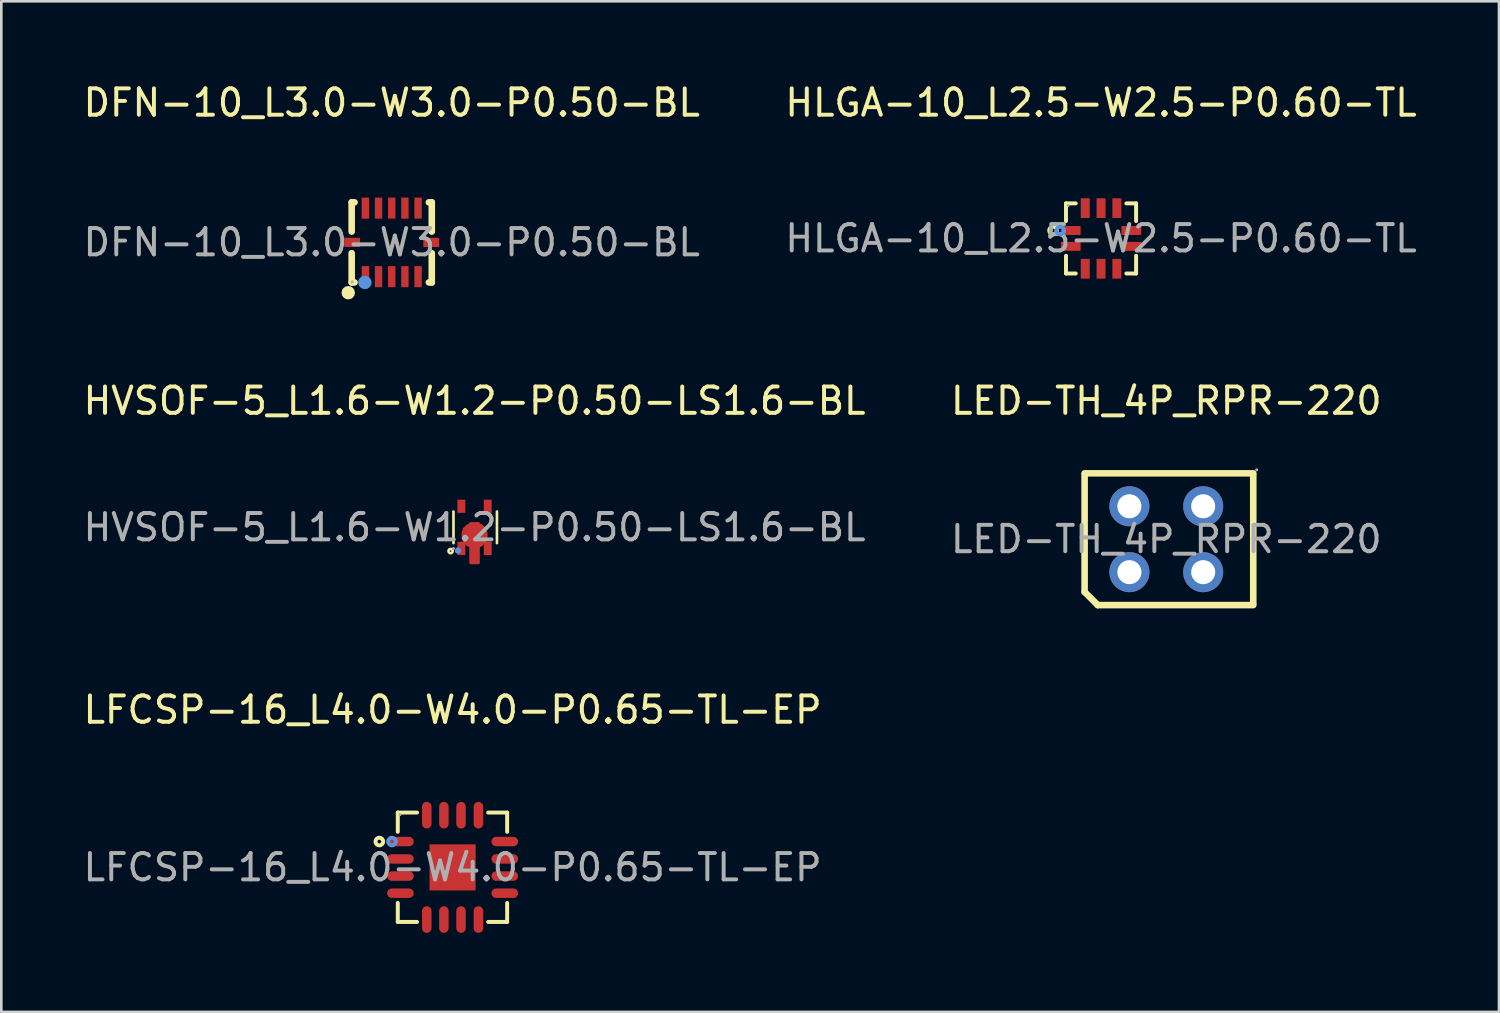
<source format=kicad_pcb>
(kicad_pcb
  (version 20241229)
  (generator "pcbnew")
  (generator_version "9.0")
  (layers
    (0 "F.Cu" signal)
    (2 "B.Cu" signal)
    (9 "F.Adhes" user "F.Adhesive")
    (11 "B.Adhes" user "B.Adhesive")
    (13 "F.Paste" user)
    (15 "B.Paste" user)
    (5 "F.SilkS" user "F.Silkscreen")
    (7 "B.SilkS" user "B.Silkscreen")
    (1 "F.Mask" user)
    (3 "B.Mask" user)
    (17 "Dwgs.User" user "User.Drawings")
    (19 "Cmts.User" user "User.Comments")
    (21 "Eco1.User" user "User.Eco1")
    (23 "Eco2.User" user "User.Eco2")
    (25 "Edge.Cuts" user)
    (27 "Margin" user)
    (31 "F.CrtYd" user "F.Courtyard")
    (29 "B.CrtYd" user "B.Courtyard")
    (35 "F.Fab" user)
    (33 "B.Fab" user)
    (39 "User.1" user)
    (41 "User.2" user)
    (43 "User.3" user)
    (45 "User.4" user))
  (footprint "HVSOF-5_L1.6-W1.2-P0.50-LS1.6-BL"
    (layer "F.Cu")
    (at 14.958 16.962)
    (property "Reference" "HVSOF-5_L1.6-W1.2-P0.50-LS1.6-BL" (at 0 -4.8 0) (layer "F.SilkS") (effects (font (size 1 1) (thickness 0.15))))
    (attr through_hole)
    (fp_line (start -0.8 -0.6) (end -0.8 0.6) (stroke (width 0.1) (type solid)) (layer "F.SilkS"))
    (fp_line (start 0.85 -0.6) (end 0.85 0.6) (stroke (width 0.1) (type solid)) (layer "F.SilkS"))
    (fp_circle (center -0.91 0.9) (end -0.83 0.9) (stroke (width 0.1) (type solid)) (fill no) (layer "F.SilkS"))
    (fp_circle (center -0.63 0.88) (end -0.57 0.88) (stroke (width 0.12) (type solid)) (fill no) (layer "Cmts.User"))
    (fp_circle (center -0.8 0.8) (end -0.77 0.8) (stroke (width 0.06) (type solid)) (fill no) (layer "F.Fab"))
    (fp_text user "${REFERENCE}" (at 0 0 0) (layer "F.Fab") (effects (font (size 1 1) (thickness 0.15))))
    (pad "1" smd rect (at -0.5 0.8) (size 0.3 0.5) (layers "F.Cu" "F.Mask" "F.Paste"))
    (pad "2" smd custom (at 0 0.3) (size 1 1) (layers "F.Cu" "F.Mask" "F.Paste") (options (anchor circle)) (primitives (gr_poly (pts (xy -0.15 -0.45) (xy 0.15 -0.45) (xy 0.15 -0.25) (xy 0.4 -0.25) (xy 0.4 0.25) (xy 0.15 0.25) (xy 0.15 1.05) (xy -0.15 1.05) (xy -0.15 0.25) (xy -0.4 0.25) (xy -0.4 -0.25) (xy -0.15 -0.25) (xy -0.15 -0.45)) (width 0.1) (fill yes))))
    (pad "3" smd rect (at 0.5 0.8) (size 0.3 0.5) (layers "F.Cu" "F.Mask" "F.Paste"))
    (pad "4" smd rect (at 0.5 -0.8) (size 0.3 0.5) (layers "F.Cu" "F.Mask" "F.Paste"))
    (pad "5" smd rect (at -0.5 -0.8) (size 0.3 0.5) (layers "F.Cu" "F.Mask" "F.Paste")))
  (footprint "LED-TH_4P_RPR-220"
    (layer "F.Cu")
    (at 41.208 17.412)
    (property "Reference" "LED-TH_4P_RPR-220" (at 0 -5.25 0) (layer "F.SilkS") (effects (font (size 1 1) (thickness 0.15))))
    (attr through_hole)
    (fp_line (start -3.1 -2.5) (end 3.3 -2.5) (stroke (width 0.25) (type solid)) (layer "F.SilkS"))
    (fp_line (start -3.1 -2.45) (end -3.1 2) (stroke (width 0.25) (type solid)) (layer "F.SilkS"))
    (fp_line (start -3.1 2) (end -2.6 2.5) (stroke (width 0.25) (type solid)) (layer "F.SilkS"))
    (fp_line (start -2.6 2.5) (end 3.3 2.5) (stroke (width 0.25) (type solid)) (layer "F.SilkS"))
    (fp_line (start 3.3 -2.45) (end 3.3 2.45) (stroke (width 0.25) (type solid)) (layer "F.SilkS"))
    (fp_circle (center -1.4 -1.25) (end -1.22 -1.25) (stroke (width 0.36) (type solid)) (fill no) (layer "F.Fab"))
    (fp_circle (center -1.4 1.25) (end -1.22 1.25) (stroke (width 0.36) (type solid)) (fill no) (layer "F.Fab"))
    (fp_circle (center 1.4 -1.25) (end 1.58 -1.25) (stroke (width 0.36) (type solid)) (fill no) (layer "F.Fab"))
    (fp_circle (center 1.4 1.25) (end 1.58 1.25) (stroke (width 0.36) (type solid)) (fill no) (layer "F.Fab"))
    (fp_circle (center 3.43 -2.63) (end 3.46 -2.63) (stroke (width 0.06) (type solid)) (fill no) (layer "F.Fab"))
    (fp_text user "${REFERENCE}" (at 0 0 0) (layer "F.Fab") (effects (font (size 1 1) (thickness 0.15))))
    (pad "1" thru_hole circle (at 1.4 -1.25) (size 1.52 1.52) (drill 0.914) (layers "*.Cu" "*.Paste" "*.Mask"))
    (pad "2" thru_hole circle (at 1.4 1.25) (size 1.52 1.52) (drill 0.914) (layers "*.Cu" "*.Paste" "*.Mask"))
    (pad "3" thru_hole circle (at -1.4 1.25) (size 1.52 1.52) (drill 0.914) (layers "*.Cu" "*.Paste" "*.Mask"))
    (pad "4" thru_hole circle (at -1.4 -1.25) (size 1.52 1.52) (drill 0.914) (layers "*.Cu" "*.Paste" "*.Mask")))
  (footprint "DFN-10_L3.0-W3.0-P0.50-BL"
    (layer "F.Cu")
    (at 11.815 6.148)
    (property "Reference" "DFN-10_L3.0-W3.0-P0.50-BL" (at 0 -5.3 0) (layer "F.SilkS") (effects (font (size 1 1) (thickness 0.15))))
    (attr through_hole)
    (fp_line (start -1.52 -1.52) (end -1.52 -0.41) (stroke (width 0.25) (type solid)) (layer "F.SilkS"))
    (fp_line (start -1.52 0.41) (end -1.52 1.52) (stroke (width 0.25) (type solid)) (layer "F.SilkS"))
    (fp_line (start -1.52 1.52) (end -1.41 1.52) (stroke (width 0.25) (type solid)) (layer "F.SilkS"))
    (fp_line (start -1.41 -1.52) (end -1.52 -1.52) (stroke (width 0.25) (type solid)) (layer "F.SilkS"))
    (fp_line (start 1.41 1.52) (end 1.52 1.52) (stroke (width 0.25) (type solid)) (layer "F.SilkS"))
    (fp_line (start 1.52 -1.52) (end 1.41 -1.52) (stroke (width 0.25) (type solid)) (layer "F.SilkS"))
    (fp_line (start 1.52 -0.41) (end 1.52 -1.52) (stroke (width 0.25) (type solid)) (layer "F.SilkS"))
    (fp_line (start 1.52 1.52) (end 1.52 0.41) (stroke (width 0.25) (type solid)) (layer "F.SilkS"))
    (fp_circle (center -1.65 1.91) (end -1.52 1.91) (stroke (width 0.25) (type solid)) (fill no) (layer "F.SilkS"))
    (fp_circle (center -1.02 1.52) (end -0.89 1.52) (stroke (width 0.25) (type solid)) (fill no) (layer "Cmts.User"))
    (fp_circle (center -1.5 1.5) (end -1.47 1.5) (stroke (width 0.06) (type solid)) (fill no) (layer "F.Fab"))
    (fp_text user "${REFERENCE}" (at 0 0 0) (layer "F.Fab") (effects (font (size 1 1) (thickness 0.15))))
    (pad "1" smd rect (at -1 1.3) (size 0.28 0.8) (layers "F.Cu" "F.Mask" "F.Paste"))
    (pad "2" smd rect (at -0.5 1.3) (size 0.28 0.8) (layers "F.Cu" "F.Mask" "F.Paste"))
    (pad "3" smd rect (at 0 1.3) (size 0.28 0.8) (layers "F.Cu" "F.Mask" "F.Paste"))
    (pad "4" smd rect (at 0.5 1.3) (size 0.28 0.8) (layers "F.Cu" "F.Mask" "F.Paste"))
    (pad "5" smd rect (at 1 1.3) (size 0.28 0.8) (layers "F.Cu" "F.Mask" "F.Paste"))
    (pad "6" smd rect (at 1 -1.3) (size 0.28 0.8) (layers "F.Cu" "F.Mask" "F.Paste"))
    (pad "7" smd rect (at 0.5 -1.3) (size 0.28 0.8) (layers "F.Cu" "F.Mask" "F.Paste"))
    (pad "8" smd rect (at 0 -1.3) (size 0.28 0.8) (layers "F.Cu" "F.Mask" "F.Paste"))
    (pad "9" smd rect (at -0.5 -1.3) (size 0.28 0.8) (layers "F.Cu" "F.Mask" "F.Paste"))
    (pad "10" smd rect (at -1 -1.3) (size 0.28 0.8) (layers "F.Cu" "F.Mask" "F.Paste"))
    (pad "11" smd rect (at -1.5 0 90) (size 0.35 0.6) (layers "F.Cu" "F.Mask" "F.Paste"))
    (pad "12" smd rect (at 1.5 0 90) (size 0.35 0.6) (layers "F.Cu" "F.Mask" "F.Paste")))
  (footprint "HLGA-10_L2.5-W2.5-P0.60-TL"
    (layer "F.Cu")
    (at 38.732 5.998)
    (property "Reference" "HLGA-10_L2.5-W2.5-P0.60-TL" (at 0 -5.15 0) (layer "F.SilkS") (effects (font (size 1 1) (thickness 0.15))))
    (attr through_hole)
    (fp_line (start -1.33 -1.33) (end -1.33 -0.66) (stroke (width 0.15) (type solid)) (layer "F.SilkS"))
    (fp_line (start -1.33 1.33) (end -1.33 0.66) (stroke (width 0.15) (type solid)) (layer "F.SilkS"))
    (fp_line (start -0.96 -1.33) (end -1.33 -1.33) (stroke (width 0.15) (type solid)) (layer "F.SilkS"))
    (fp_line (start -0.96 1.33) (end -1.33 1.33) (stroke (width 0.15) (type solid)) (layer "F.SilkS"))
    (fp_line (start 0.96 -1.33) (end 1.33 -1.33) (stroke (width 0.15) (type solid)) (layer "F.SilkS"))
    (fp_line (start 0.96 1.33) (end 1.33 1.33) (stroke (width 0.15) (type solid)) (layer "F.SilkS"))
    (fp_line (start 1.33 -1.33) (end 1.33 -0.66) (stroke (width 0.15) (type solid)) (layer "F.SilkS"))
    (fp_line (start 1.33 1.33) (end 1.33 0.66) (stroke (width 0.15) (type solid)) (layer "F.SilkS"))
    (fp_circle (center -1.82 -0.3) (end -1.75 -0.3) (stroke (width 0.15) (type solid)) (fill no) (layer "F.SilkS"))
    (fp_circle (center -1.55 -0.3) (end -1.48 -0.3) (stroke (width 0.15) (type solid)) (fill no) (layer "Cmts.User"))
    (fp_circle (center -1.25 -1.25) (end -1.22 -1.25) (stroke (width 0.06) (type solid)) (fill no) (layer "F.Fab"))
    (fp_text user "${REFERENCE}" (at 0 0 0) (layer "F.Fab") (effects (font (size 1 1) (thickness 0.15))))
    (pad "1" smd rect (at -1.15 -0.3) (size 0.75 0.34) (layers "F.Cu" "F.Mask" "F.Paste"))
    (pad "2" smd rect (at -1.15 0.3) (size 0.75 0.34) (layers "F.Cu" "F.Mask" "F.Paste"))
    (pad "3" smd rect (at -0.6 1.15) (size 0.34 0.75) (layers "F.Cu" "F.Mask" "F.Paste"))
    (pad "4" smd rect (at 0 1.15) (size 0.34 0.75) (layers "F.Cu" "F.Mask" "F.Paste"))
    (pad "5" smd rect (at 0.6 1.15) (size 0.34 0.75) (layers "F.Cu" "F.Mask" "F.Paste"))
    (pad "6" smd rect (at 1.15 0.3) (size 0.75 0.34) (layers "F.Cu" "F.Mask" "F.Paste"))
    (pad "7" smd rect (at 1.15 -0.3) (size 0.75 0.34) (layers "F.Cu" "F.Mask" "F.Paste"))
    (pad "8" smd rect (at 0.6 -1.15) (size 0.34 0.75) (layers "F.Cu" "F.Mask" "F.Paste"))
    (pad "9" smd rect (at 0 -1.15) (size 0.34 0.75) (layers "F.Cu" "F.Mask" "F.Paste"))
    (pad "10" smd rect (at -0.6 -1.15) (size 0.34 0.75) (layers "F.Cu" "F.Mask" "F.Paste")))
  (footprint "LFCSP-16_L4.0-W4.0-P0.65-TL-EP"
    (layer "F.Cu")
    (at 14.125 29.865)
    (property "Reference" "LFCSP-16_L4.0-W4.0-P0.65-TL-EP" (at 0 -5.98 0) (layer "F.SilkS") (effects (font (size 1 1) (thickness 0.15))))
    (attr through_hole)
    (fp_line (start -2.08 -2.08) (end -2.08 -1.35) (stroke (width 0.15) (type solid)) (layer "F.SilkS"))
    (fp_line (start -2.08 2.07) (end -2.08 1.35) (stroke (width 0.15) (type solid)) (layer "F.SilkS"))
    (fp_line (start -1.35 -2.08) (end -2.08 -2.08) (stroke (width 0.15) (type solid)) (layer "F.SilkS"))
    (fp_line (start -1.35 2.07) (end -2.08 2.07) (stroke (width 0.15) (type solid)) (layer "F.SilkS"))
    (fp_line (start 1.35 -2.08) (end 2.07 -2.08) (stroke (width 0.15) (type solid)) (layer "F.SilkS"))
    (fp_line (start 1.35 2.07) (end 2.07 2.07) (stroke (width 0.15) (type solid)) (layer "F.SilkS"))
    (fp_line (start 2.07 -2.08) (end 2.07 -1.35) (stroke (width 0.15) (type solid)) (layer "F.SilkS"))
    (fp_line (start 2.07 2.07) (end 2.07 1.35) (stroke (width 0.15) (type solid)) (layer "F.SilkS"))
    (fp_circle (center -2.78 -0.98) (end -2.71 -0.98) (stroke (width 0.15) (type solid)) (fill no) (layer "F.SilkS"))
    (fp_circle (center -2.3 -0.98) (end -2.23 -0.98) (stroke (width 0.15) (type solid)) (fill no) (layer "Cmts.User"))
    (fp_circle (center -2 -2) (end -1.97 -2) (stroke (width 0.06) (type solid)) (fill no) (layer "F.Fab"))
    (fp_text user "${REFERENCE}" (at 0 0 0) (layer "F.Fab") (effects (font (size 1 1) (thickness 0.15))))
    (pad "1" smd oval (at -1.98 -0.98 270) (size 0.36 1.01) (layers "F.Cu" "F.Mask" "F.Paste"))
    (pad "2" smd oval (at -1.98 -0.32 270) (size 0.36 1.01) (layers "F.Cu" "F.Mask" "F.Paste"))
    (pad "3" smd oval (at -1.98 0.33 270) (size 0.36 1.01) (layers "F.Cu" "F.Mask" "F.Paste"))
    (pad "4" smd oval (at -1.98 0.98 270) (size 0.36 1.01) (layers "F.Cu" "F.Mask" "F.Paste"))
    (pad "5" smd oval (at -0.98 1.98 270) (size 1.01 0.36) (layers "F.Cu" "F.Mask" "F.Paste"))
    (pad "6" smd oval (at -0.33 1.98 270) (size 1.01 0.36) (layers "F.Cu" "F.Mask" "F.Paste"))
    (pad "7" smd oval (at 0.32 1.98 270) (size 1.01 0.36) (layers "F.Cu" "F.Mask" "F.Paste"))
    (pad "8" smd oval (at 0.98 1.98 270) (size 1.01 0.36) (layers "F.Cu" "F.Mask" "F.Paste"))
    (pad "9" smd oval (at 1.98 0.98 270) (size 0.36 1.01) (layers "F.Cu" "F.Mask" "F.Paste"))
    (pad "10" smd oval (at 1.98 0.33 270) (size 0.36 1.01) (layers "F.Cu" "F.Mask" "F.Paste"))
    (pad "11" smd oval (at 1.98 -0.32 270) (size 0.36 1.01) (layers "F.Cu" "F.Mask" "F.Paste"))
    (pad "12" smd oval (at 1.98 -0.98 270) (size 0.36 1.01) (layers "F.Cu" "F.Mask" "F.Paste"))
    (pad "13" smd oval (at 0.98 -1.98 270) (size 1.01 0.36) (layers "F.Cu" "F.Mask" "F.Paste"))
    (pad "14" smd oval (at 0.32 -1.98 270) (size 1.01 0.36) (layers "F.Cu" "F.Mask" "F.Paste"))
    (pad "15" smd oval (at -0.33 -1.98 270) (size 1.01 0.36) (layers "F.Cu" "F.Mask" "F.Paste"))
    (pad "16" smd oval (at -0.98 -1.98 270) (size 1.01 0.36) (layers "F.Cu" "F.Mask" "F.Paste"))
    (pad "17" smd rect (at 0 0 270) (size 1.75 1.75) (layers "F.Cu" "F.Mask" "F.Paste")))
  (gr_rect
    (start -3 -3)
    (end 53.833 35.35)
    (stroke (width 0.1) (type default))
    (fill no)
    (layer "Edge.Cuts")))
</source>
